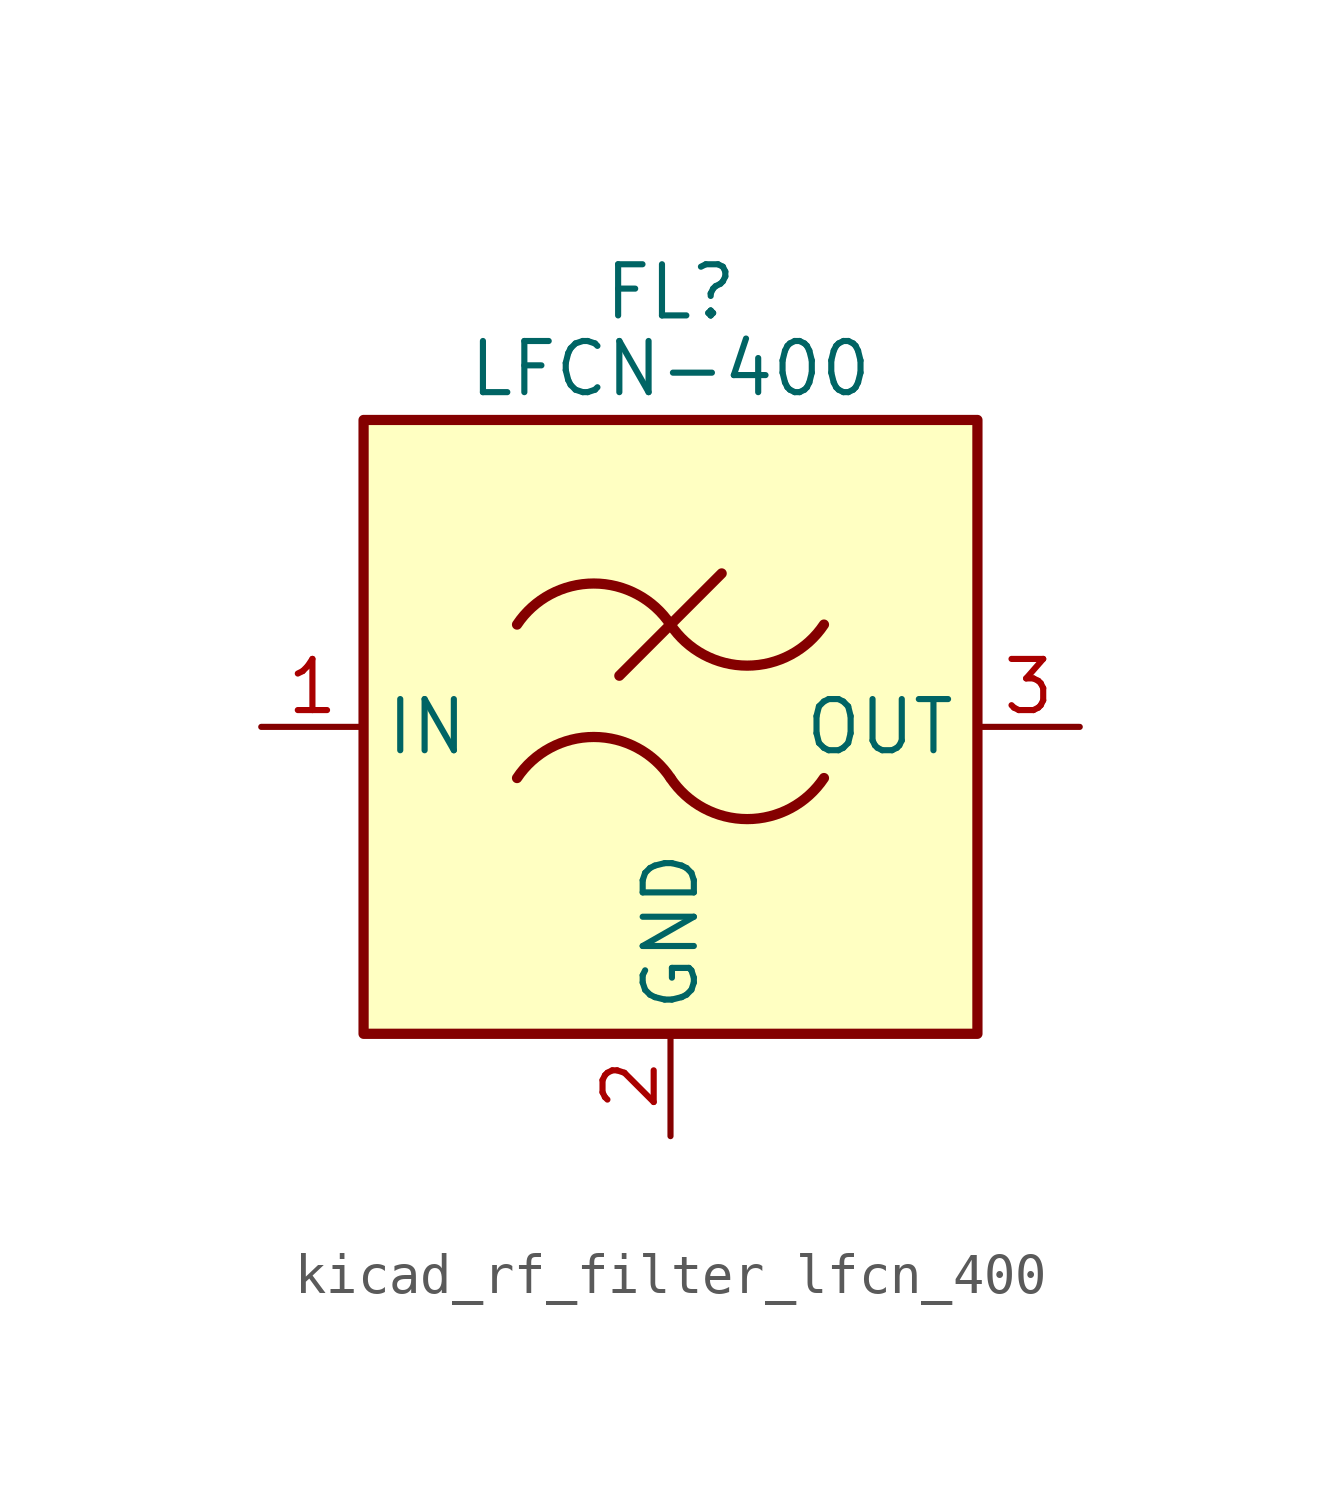
<source format=kicad_sym>
(kicad_symbol_lib
  (version 20220914)
  (generator kicad_symbol_editor)
  (symbol "kicad_rf_filter_lfcn_400"
    (property "Reference" "FL"
      (at 0 10.795 0)
      (effects (font (size 1.27 1.27))))
    (property "Value" "LFCN-400"
      (at 0 8.89 0)
      (effects (font (size 1.27 1.27))))
    (symbol "kicad_rf_filter_lfcn_400_0_1"
      (rectangle (start -7.62 7.62) (end 7.62 -7.62) (stroke (width 0.254) (type default)) (fill (type background)))
      (arc (start 0 -1.27) (mid -1.905 -0.2505) (end -3.81 -1.27) (stroke (width 0.254) (type default)) (fill (type none)))
      (arc (start 0 -1.27) (mid 1.905 -2.2895) (end 3.81 -1.27) (stroke (width 0.254) (type default)) (fill (type none)))
      (polyline (pts (xy -1.27 1.27) (xy 1.27 3.81)) (stroke (width 0.254) (type default)) (fill (type none)))
      (arc (start 0 2.54) (mid -1.905 3.5595) (end -3.81 2.54) (stroke (width 0.254) (type default)) (fill (type none)))
      (arc (start 0 2.54) (mid 1.905 1.5205) (end 3.81 2.54) (stroke (width 0.254) (type default)) (fill (type none))))
    (symbol "kicad_rf_filter_lfcn_400_1_1"
      (pin passive line (at -10.16 0 0) (length 2.54) (name "IN" (effects (font (size 1.27 1.27)))) (number "1" (effects (font (size 1.27 1.27)))))
      (pin passive line (at 0 -10.16 90) (length 2.54) (name "GND" (effects (font (size 1.27 1.27)))) (number "2" (effects (font (size 1.27 1.27)))))
      (pin passive line (at 10.16 0 180) (length 2.54) (name "OUT" (effects (font (size 1.27 1.27)))) (number "3" (effects (font (size 1.27 1.27)))))
      (pin passive line (at 0 -10.16 90) (length 2.54) hide (name "GND" (effects (font (size 1.27 1.27)))) (number "4" (effects (font (size 1.27 1.27))))))))
</source>
